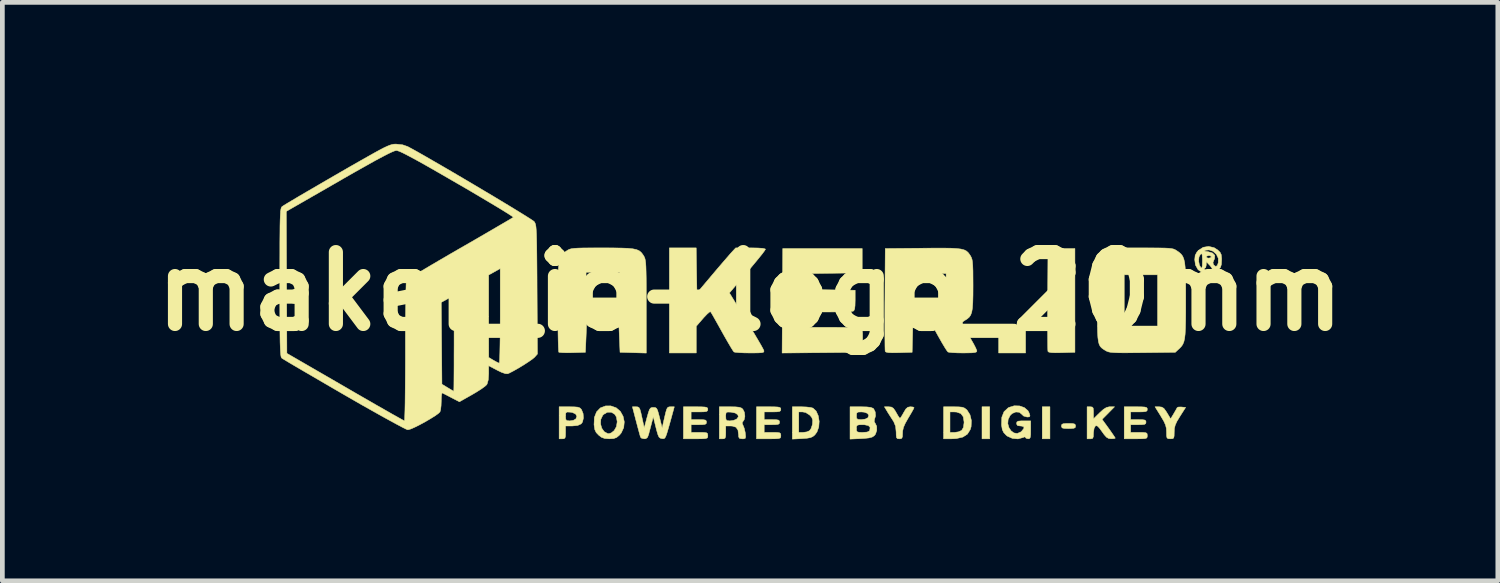
<source format=kicad_pcb>
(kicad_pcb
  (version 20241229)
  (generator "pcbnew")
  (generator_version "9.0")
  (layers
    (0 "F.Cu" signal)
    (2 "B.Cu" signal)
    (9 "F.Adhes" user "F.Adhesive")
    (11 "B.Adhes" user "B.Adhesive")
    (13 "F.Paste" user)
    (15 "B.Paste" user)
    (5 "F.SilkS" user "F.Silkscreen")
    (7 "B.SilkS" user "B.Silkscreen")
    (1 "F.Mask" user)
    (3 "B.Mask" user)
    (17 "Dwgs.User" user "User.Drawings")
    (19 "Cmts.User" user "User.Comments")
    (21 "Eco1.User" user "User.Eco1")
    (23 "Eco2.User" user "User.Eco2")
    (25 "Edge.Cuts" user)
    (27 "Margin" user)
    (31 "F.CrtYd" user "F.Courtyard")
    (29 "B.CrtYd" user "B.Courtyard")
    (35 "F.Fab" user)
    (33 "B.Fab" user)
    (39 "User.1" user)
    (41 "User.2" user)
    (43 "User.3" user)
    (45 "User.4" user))
  (footprint "maker_io-logo_20mm"
    (layer "F.Cu")
    (at 12.852 3.129)
    (property "Reference" "maker_io-logo_20mm" (at 0 0 0) (layer "F.SilkS") (effects (font (size 1.524 1.524) (thickness 0.3))))
    (attr through_hole)
    (fp_poly (pts (xy 5.08 3.124) (xy 4.917 3.124) (xy 4.917 2.445) (xy 5.08 2.445) (xy 5.08 3.124)) (stroke (width 0.01) (type solid)) (fill yes) (layer "F.SilkS"))
    (fp_poly (pts (xy 5.841 1.304) (xy 5.27 1.304) (xy 5.27 0.733) (xy 5.841 0.733) (xy 5.841 1.304)) (stroke (width 0.01) (type solid)) (fill yes) (layer "F.SilkS"))
    (fp_poly (pts (xy 6.357 3.124) (xy 6.194 3.124) (xy 6.194 2.445) (xy 6.357 2.445) (xy 6.357 3.124)) (stroke (width 0.01) (type solid)) (fill yes) (layer "F.SilkS"))
    (fp_poly (pts (xy 6.837 2.8) (xy 6.882 2.811) (xy 6.899 2.833) (xy 6.9 2.852) (xy 6.894 2.884) (xy 6.866 2.9) (xy 6.803 2.906) (xy 6.751 2.907) (xy 6.664 2.904) (xy 6.619 2.894) (xy 6.603 2.871) (xy 6.601 2.852) (xy 6.608 2.821) (xy 6.636 2.805) (xy 6.698 2.799) (xy 6.751 2.798) (xy 6.837 2.8)) (stroke (width 0.01) (type solid)) (fill yes) (layer "F.SilkS"))
    (fp_poly (pts (xy 6.887 1.29) (xy 6.608 1.298) (xy 6.471 1.3) (xy 6.382 1.296) (xy 6.332 1.285) (xy 6.315 1.271) (xy 6.312 1.237) (xy 6.31 1.154) (xy 6.309 1.03) (xy 6.308 0.869) (xy 6.307 0.678) (xy 6.307 0.463) (xy 6.309 0.23) (xy 6.309 0.163) (xy 6.316 -0.91) (xy 6.887 -0.91) (xy 6.887 1.29)) (stroke (width 0.01) (type solid)) (fill yes) (layer "F.SilkS"))
    (fp_poly (pts (xy 1.192 2.449) (xy 1.28 2.459) (xy 1.333 2.473) (xy 1.402 2.538) (xy 1.446 2.637) (xy 1.465 2.754) (xy 1.456 2.874) (xy 1.418 2.98) (xy 1.376 3.037) (xy 1.331 3.076) (xy 1.279 3.099) (xy 1.205 3.112) (xy 1.1 3.12) (xy 0.896 3.13) (xy 0.896 2.554) (xy 1.032 2.554) (xy 1.032 2.988) (xy 1.122 2.988) (xy 1.2 2.978) (xy 1.26 2.953) (xy 1.294 2.905) (xy 1.319 2.829) (xy 1.323 2.806) (xy 1.327 2.725) (xy 1.307 2.67) (xy 1.268 2.624) (xy 1.179 2.566) (xy 1.115 2.554) (xy 1.032 2.554) (xy 0.896 2.554) (xy 0.896 2.445) (xy 1.088 2.445) (xy 1.192 2.449)) (stroke (width 0.01) (type solid)) (fill yes) (layer "F.SilkS"))
    (fp_poly (pts (xy 4.426 2.447) (xy 4.498 2.454) (xy 4.546 2.472) (xy 4.587 2.503) (xy 4.6 2.515) (xy 4.662 2.613) (xy 4.692 2.736) (xy 4.686 2.867) (xy 4.668 2.928) (xy 4.608 3.024) (xy 4.511 3.087) (xy 4.372 3.119) (xy 4.272 3.124) (xy 4.102 3.124) (xy 4.102 2.554) (xy 4.238 2.554) (xy 4.238 2.988) (xy 4.338 2.988) (xy 4.419 2.976) (xy 4.483 2.947) (xy 4.487 2.943) (xy 4.523 2.884) (xy 4.536 2.788) (xy 4.537 2.768) (xy 4.52 2.658) (xy 4.469 2.589) (xy 4.38 2.557) (xy 4.327 2.554) (xy 4.238 2.554) (xy 4.102 2.554) (xy 4.102 2.445) (xy 4.316 2.445) (xy 4.426 2.447)) (stroke (width 0.01) (type solid)) (fill yes) (layer "F.SilkS"))
    (fp_poly (pts (xy 8.729 2.452) (xy 8.773 2.479) (xy 8.818 2.54) (xy 8.839 2.573) (xy 8.916 2.701) (xy 8.981 2.593) (xy 9.021 2.524) (xy 9.049 2.474) (xy 9.054 2.463) (xy 9.083 2.45) (xy 9.143 2.449) (xy 9.147 2.45) (xy 9.234 2.459) (xy 9.113 2.649) (xy 9.05 2.753) (xy 9.014 2.832) (xy 8.996 2.903) (xy 8.992 2.981) (xy 8.99 3.064) (xy 8.98 3.107) (xy 8.954 3.122) (xy 8.91 3.124) (xy 8.863 3.121) (xy 8.839 3.104) (xy 8.83 3.059) (xy 8.829 2.981) (xy 8.825 2.9) (xy 8.807 2.829) (xy 8.771 2.75) (xy 8.709 2.645) (xy 8.707 2.641) (xy 8.585 2.445) (xy 8.673 2.445) (xy 8.729 2.452)) (stroke (width 0.01) (type solid)) (fill yes) (layer "F.SilkS"))
    (fp_poly (pts (xy 2.377 -0.394) (xy 1.812 -0.387) (xy 1.247 -0.379) (xy 1.255 -0.21) (xy 1.263 -0.041) (xy 1.745 -0.033) (xy 2.228 -0.026) (xy 2.228 0.188) (xy 2.225 0.301) (xy 2.217 0.37) (xy 2.201 0.407) (xy 2.185 0.418) (xy 2.144 0.424) (xy 2.059 0.428) (xy 1.94 0.432) (xy 1.798 0.434) (xy 1.696 0.435) (xy 1.25 0.435) (xy 1.25 0.761) (xy 1.786 0.761) (xy 1.953 0.762) (xy 2.102 0.765) (xy 2.225 0.77) (xy 2.313 0.776) (xy 2.356 0.783) (xy 2.358 0.784) (xy 2.376 0.814) (xy 2.385 0.882) (xy 2.386 0.993) (xy 2.385 1.048) (xy 2.377 1.29) (xy 1.528 1.298) (xy 0.679 1.305) (xy 0.686 0.197) (xy 0.693 -0.91) (xy 2.377 -0.91) (xy 2.377 -0.394)) (stroke (width 0.01) (type solid)) (fill yes) (layer "F.SilkS"))
    (fp_poly (pts (xy -1.035 2.446) (xy -0.959 2.45) (xy -0.917 2.459) (xy -0.9 2.475) (xy -0.896 2.499) (xy -0.902 2.529) (xy -0.926 2.545) (xy -0.982 2.552) (xy -1.073 2.554) (xy -1.25 2.554) (xy -1.25 2.717) (xy -1.087 2.717) (xy -0.996 2.719) (xy -0.946 2.727) (xy -0.927 2.747) (xy -0.924 2.771) (xy -0.93 2.801) (xy -0.956 2.818) (xy -1.014 2.824) (xy -1.087 2.825) (xy -1.25 2.825) (xy -1.25 2.988) (xy -1.073 2.988) (xy -0.978 2.989) (xy -0.925 2.996) (xy -0.902 3.013) (xy -0.897 3.045) (xy -0.896 3.056) (xy -0.898 3.088) (xy -0.91 3.107) (xy -0.943 3.118) (xy -1.007 3.123) (xy -1.111 3.124) (xy -1.155 3.124) (xy -1.413 3.124) (xy -1.413 2.445) (xy -1.155 2.445) (xy -1.035 2.446)) (stroke (width 0.01) (type solid)) (fill yes) (layer "F.SilkS"))
    (fp_poly (pts (xy 0.514 2.446) (xy 0.59 2.45) (xy 0.631 2.459) (xy 0.649 2.475) (xy 0.652 2.499) (xy 0.646 2.529) (xy 0.622 2.545) (xy 0.566 2.552) (xy 0.475 2.554) (xy 0.299 2.554) (xy 0.299 2.717) (xy 0.462 2.717) (xy 0.553 2.719) (xy 0.602 2.727) (xy 0.622 2.747) (xy 0.625 2.771) (xy 0.619 2.801) (xy 0.593 2.818) (xy 0.534 2.824) (xy 0.462 2.825) (xy 0.299 2.825) (xy 0.299 2.988) (xy 0.475 2.988) (xy 0.57 2.989) (xy 0.623 2.996) (xy 0.646 3.013) (xy 0.652 3.045) (xy 0.652 3.056) (xy 0.65 3.088) (xy 0.638 3.107) (xy 0.605 3.118) (xy 0.542 3.123) (xy 0.438 3.124) (xy 0.394 3.124) (xy 0.136 3.124) (xy 0.136 2.445) (xy 0.394 2.445) (xy 0.514 2.446)) (stroke (width 0.01) (type solid)) (fill yes) (layer "F.SilkS"))
    (fp_poly (pts (xy 8.293 2.446) (xy 8.365 2.45) (xy 8.404 2.46) (xy 8.419 2.478) (xy 8.421 2.499) (xy 8.416 2.529) (xy 8.391 2.545) (xy 8.336 2.552) (xy 8.245 2.554) (xy 8.068 2.554) (xy 8.068 2.717) (xy 8.231 2.717) (xy 8.322 2.719) (xy 8.371 2.727) (xy 8.391 2.747) (xy 8.394 2.771) (xy 8.388 2.801) (xy 8.362 2.818) (xy 8.303 2.824) (xy 8.231 2.825) (xy 8.068 2.825) (xy 8.068 2.988) (xy 8.245 2.988) (xy 8.34 2.989) (xy 8.393 2.996) (xy 8.416 3.013) (xy 8.421 3.045) (xy 8.421 3.056) (xy 8.419 3.088) (xy 8.407 3.108) (xy 8.373 3.119) (xy 8.307 3.123) (xy 8.198 3.124) (xy 8.177 3.124) (xy 7.932 3.124) (xy 7.932 2.445) (xy 8.177 2.445) (xy 8.293 2.446)) (stroke (width 0.01) (type solid)) (fill yes) (layer "F.SilkS"))
    (fp_poly (pts (xy -3.721 2.447) (xy -3.652 2.453) (xy -3.609 2.469) (xy -3.581 2.496) (xy -3.574 2.505) (xy -3.54 2.588) (xy -3.533 2.683) (xy -3.553 2.768) (xy -3.581 2.807) (xy -3.655 2.841) (xy -3.771 2.852) (xy -3.912 2.852) (xy -3.912 2.988) (xy -3.914 3.069) (xy -3.925 3.109) (xy -3.953 3.123) (xy -3.98 3.124) (xy -4.048 3.124) (xy -4.048 2.647) (xy -3.912 2.647) (xy -3.908 2.711) (xy -3.885 2.738) (xy -3.828 2.744) (xy -3.82 2.744) (xy -3.746 2.732) (xy -3.694 2.702) (xy -3.693 2.701) (xy -3.672 2.646) (xy -3.699 2.598) (xy -3.767 2.566) (xy -3.813 2.559) (xy -3.878 2.556) (xy -3.906 2.574) (xy -3.912 2.627) (xy -3.912 2.647) (xy -4.048 2.647) (xy -4.048 2.445) (xy -3.832 2.445) (xy -3.721 2.447)) (stroke (width 0.01) (type solid)) (fill yes) (layer "F.SilkS"))
    (fp_poly (pts (xy 7.254 2.45) (xy 7.274 2.473) (xy 7.28 2.531) (xy 7.28 2.573) (xy 7.28 2.701) (xy 7.41 2.573) (xy 7.492 2.499) (xy 7.555 2.46) (xy 7.615 2.445) (xy 7.633 2.445) (xy 7.727 2.445) (xy 7.463 2.712) (xy 7.603 2.904) (xy 7.665 2.992) (xy 7.713 3.062) (xy 7.74 3.104) (xy 7.742 3.11) (xy 7.718 3.119) (xy 7.661 3.123) (xy 7.654 3.123) (xy 7.601 3.116) (xy 7.556 3.09) (xy 7.507 3.035) (xy 7.462 2.972) (xy 7.403 2.892) (xy 7.363 2.852) (xy 7.334 2.846) (xy 7.319 2.854) (xy 7.293 2.903) (xy 7.281 2.985) (xy 7.28 3.005) (xy 7.277 3.079) (xy 7.263 3.114) (xy 7.228 3.124) (xy 7.213 3.124) (xy 7.145 3.124) (xy 7.145 2.445) (xy 7.213 2.445) (xy 7.254 2.45)) (stroke (width 0.01) (type solid)) (fill yes) (layer "F.SilkS"))
    (fp_poly (pts (xy 2.997 2.451) (xy 3.039 2.478) (xy 3.081 2.538) (xy 3.097 2.567) (xy 3.137 2.636) (xy 3.168 2.681) (xy 3.178 2.689) (xy 3.198 2.668) (xy 3.232 2.612) (xy 3.257 2.567) (xy 3.302 2.492) (xy 3.344 2.455) (xy 3.395 2.445) (xy 3.399 2.445) (xy 3.455 2.45) (xy 3.477 2.462) (xy 3.464 2.491) (xy 3.429 2.555) (xy 3.378 2.642) (xy 3.355 2.68) (xy 3.29 2.795) (xy 3.252 2.882) (xy 3.235 2.958) (xy 3.233 3.003) (xy 3.23 3.078) (xy 3.216 3.113) (xy 3.182 3.124) (xy 3.165 3.124) (xy 3.125 3.12) (xy 3.105 3.099) (xy 3.098 3.046) (xy 3.097 2.981) (xy 3.085 2.858) (xy 3.045 2.76) (xy 3.034 2.743) (xy 2.977 2.654) (xy 2.917 2.56) (xy 2.91 2.547) (xy 2.848 2.445) (xy 2.939 2.445) (xy 2.997 2.451)) (stroke (width 0.01) (type solid)) (fill yes) (layer "F.SilkS"))
    (fp_poly (pts (xy -2.839 2.466) (xy -2.75 2.543) (xy -2.692 2.647) (xy -2.667 2.765) (xy -2.679 2.886) (xy -2.731 2.999) (xy -2.771 3.047) (xy -2.83 3.096) (xy -2.894 3.119) (xy -2.986 3.124) (xy -3.082 3.117) (xy -3.152 3.091) (xy -3.209 3.047) (xy -3.263 2.99) (xy -3.292 2.928) (xy -3.306 2.837) (xy -3.308 2.821) (xy -3.307 2.809) (xy -3.17 2.809) (xy -3.144 2.9) (xy -3.092 2.973) (xy -3.02 3.012) (xy -2.99 3.015) (xy -2.94 2.997) (xy -2.883 2.951) (xy -2.881 2.949) (xy -2.833 2.865) (xy -2.817 2.763) (xy -2.833 2.664) (xy -2.866 2.607) (xy -2.941 2.56) (xy -3.025 2.56) (xy -3.104 2.606) (xy -3.125 2.628) (xy -3.165 2.714) (xy -3.17 2.809) (xy -3.307 2.809) (xy -3.301 2.671) (xy -3.254 2.552) (xy -3.174 2.469) (xy -3.064 2.427) (xy -2.954 2.426) (xy -2.839 2.466)) (stroke (width 0.01) (type solid)) (fill yes) (layer "F.SilkS"))
    (fp_poly (pts (xy -0.307 2.447) (xy -0.23 2.455) (xy -0.182 2.472) (xy -0.154 2.495) (xy -0.12 2.562) (xy -0.11 2.646) (xy -0.126 2.721) (xy -0.146 2.749) (xy -0.169 2.786) (xy -0.152 2.833) (xy -0.149 2.838) (xy -0.124 2.9) (xy -0.104 2.986) (xy -0.101 3.009) (xy -0.094 3.081) (xy -0.103 3.114) (xy -0.137 3.124) (xy -0.166 3.124) (xy -0.221 3.117) (xy -0.242 3.085) (xy -0.244 3.041) (xy -0.257 2.938) (xy -0.299 2.878) (xy -0.375 2.854) (xy -0.408 2.852) (xy -0.516 2.852) (xy -0.516 2.988) (xy -0.518 3.069) (xy -0.53 3.109) (xy -0.557 3.123) (xy -0.584 3.124) (xy -0.652 3.124) (xy -0.652 2.647) (xy -0.516 2.647) (xy -0.512 2.712) (xy -0.489 2.738) (xy -0.433 2.744) (xy -0.426 2.744) (xy -0.346 2.732) (xy -0.284 2.705) (xy -0.248 2.657) (xy -0.261 2.613) (xy -0.315 2.577) (xy -0.403 2.559) (xy -0.475 2.556) (xy -0.507 2.569) (xy -0.516 2.61) (xy -0.516 2.647) (xy -0.652 2.647) (xy -0.652 2.445) (xy -0.425 2.445) (xy -0.307 2.447)) (stroke (width 0.01) (type solid)) (fill yes) (layer "F.SilkS"))
    (fp_poly (pts (xy -2.38 2.448) (xy -2.354 2.463) (xy -2.334 2.501) (xy -2.314 2.573) (xy -2.293 2.668) (xy -2.244 2.892) (xy -2.186 2.675) (xy -2.156 2.569) (xy -2.133 2.504) (xy -2.11 2.472) (xy -2.08 2.46) (xy -2.05 2.459) (xy -2.011 2.461) (xy -1.984 2.477) (xy -1.962 2.517) (xy -1.94 2.591) (xy -1.918 2.676) (xy -1.864 2.893) (xy -1.813 2.669) (xy -1.787 2.56) (xy -1.767 2.494) (xy -1.746 2.46) (xy -1.718 2.447) (xy -1.684 2.445) (xy -1.606 2.445) (xy -1.66 2.642) (xy -1.707 2.812) (xy -1.743 2.937) (xy -1.769 3.024) (xy -1.79 3.078) (xy -1.808 3.108) (xy -1.827 3.12) (xy -1.849 3.121) (xy -1.869 3.119) (xy -1.904 3.11) (xy -1.931 3.087) (xy -1.953 3.039) (xy -1.978 2.955) (xy -1.996 2.884) (xy -2.052 2.657) (xy -2.087 2.789) (xy -2.114 2.892) (xy -2.141 2.993) (xy -2.148 3.022) (xy -2.173 3.091) (xy -2.208 3.12) (xy -2.243 3.124) (xy -2.299 3.112) (xy -2.322 3.09) (xy -2.334 3.051) (xy -2.356 2.972) (xy -2.385 2.864) (xy -2.415 2.751) (xy -2.495 2.445) (xy -2.418 2.445) (xy -2.38 2.448)) (stroke (width 0.01) (type solid)) (fill yes) (layer "F.SilkS"))
    (fp_poly (pts (xy -1.135 -0.445) (xy -1.127 0.033) (xy -0.793 -0.363) (xy -0.683 -0.493) (xy -0.579 -0.614) (xy -0.489 -0.718) (xy -0.421 -0.797) (xy -0.381 -0.841) (xy -0.304 -0.924) (xy 0.011 -0.924) (xy 0.167 -0.921) (xy 0.271 -0.914) (xy 0.321 -0.901) (xy 0.326 -0.894) (xy 0.309 -0.866) (xy 0.262 -0.802) (xy 0.189 -0.711) (xy 0.096 -0.598) (xy -0.012 -0.469) (xy -0.056 -0.417) (xy -0.438 0.031) (xy -0.08 0.615) (xy 0.019 0.778) (xy 0.108 0.927) (xy 0.184 1.056) (xy 0.243 1.158) (xy 0.28 1.227) (xy 0.292 1.252) (xy 0.294 1.274) (xy 0.282 1.289) (xy 0.246 1.298) (xy 0.178 1.302) (xy 0.069 1.304) (xy -0.004 1.304) (xy -0.129 1.302) (xy -0.236 1.297) (xy -0.311 1.29) (xy -0.341 1.283) (xy -0.363 1.254) (xy -0.406 1.185) (xy -0.465 1.085) (xy -0.536 0.962) (xy -0.595 0.856) (xy -0.67 0.721) (xy -0.737 0.602) (xy -0.79 0.508) (xy -0.826 0.448) (xy -0.839 0.429) (xy -0.863 0.438) (xy -0.913 0.482) (xy -0.978 0.55) (xy -0.999 0.574) (xy -1.141 0.738) (xy -1.141 1.304) (xy -1.711 1.304) (xy -1.711 -0.924) (xy -1.142 -0.924) (xy -1.135 -0.445)) (stroke (width 0.01) (type solid)) (fill yes) (layer "F.SilkS"))
    (fp_poly (pts (xy 2.474 2.448) (xy 2.557 2.458) (xy 2.607 2.477) (xy 2.62 2.488) (xy 2.653 2.554) (xy 2.66 2.639) (xy 2.637 2.714) (xy 2.637 2.714) (xy 2.633 2.765) (xy 2.651 2.791) (xy 2.684 2.858) (xy 2.686 2.944) (xy 2.659 3.025) (xy 2.632 3.059) (xy 2.588 3.087) (xy 2.521 3.105) (xy 2.42 3.116) (xy 2.347 3.12) (xy 2.119 3.13) (xy 2.119 2.907) (xy 2.255 2.907) (xy 2.258 2.955) (xy 2.277 2.979) (xy 2.325 2.987) (xy 2.388 2.988) (xy 2.481 2.981) (xy 2.529 2.959) (xy 2.536 2.947) (xy 2.545 2.883) (xy 2.508 2.843) (xy 2.425 2.826) (xy 2.388 2.825) (xy 2.308 2.827) (xy 2.269 2.839) (xy 2.256 2.868) (xy 2.255 2.907) (xy 2.119 2.907) (xy 2.119 2.635) (xy 2.255 2.635) (xy 2.259 2.688) (xy 2.283 2.711) (xy 2.343 2.717) (xy 2.36 2.717) (xy 2.441 2.706) (xy 2.496 2.679) (xy 2.499 2.676) (xy 2.517 2.626) (xy 2.488 2.584) (xy 2.42 2.559) (xy 2.36 2.554) (xy 2.292 2.557) (xy 2.262 2.576) (xy 2.255 2.622) (xy 2.255 2.635) (xy 2.119 2.635) (xy 2.119 2.445) (xy 2.348 2.445) (xy 2.474 2.448)) (stroke (width 0.01) (type solid)) (fill yes) (layer "F.SilkS"))
    (fp_poly (pts (xy 5.713 2.427) (xy 5.816 2.463) (xy 5.892 2.529) (xy 5.917 2.578) (xy 5.934 2.635) (xy 5.922 2.658) (xy 5.875 2.662) (xy 5.873 2.662) (xy 5.799 2.641) (xy 5.765 2.608) (xy 5.709 2.561) (xy 5.634 2.555) (xy 5.557 2.587) (xy 5.514 2.628) (xy 5.471 2.713) (xy 5.464 2.802) (xy 5.487 2.885) (xy 5.532 2.954) (xy 5.593 2.999) (xy 5.664 3.011) (xy 5.737 2.98) (xy 5.759 2.961) (xy 5.805 2.903) (xy 5.803 2.867) (xy 5.751 2.853) (xy 5.732 2.852) (xy 5.672 2.844) (xy 5.651 2.812) (xy 5.65 2.798) (xy 5.657 2.767) (xy 5.685 2.75) (xy 5.747 2.744) (xy 5.8 2.744) (xy 5.949 2.744) (xy 5.949 2.934) (xy 5.948 3.034) (xy 5.941 3.091) (xy 5.926 3.117) (xy 5.899 3.124) (xy 5.895 3.124) (xy 5.851 3.112) (xy 5.841 3.096) (xy 5.824 3.082) (xy 5.788 3.096) (xy 5.68 3.126) (xy 5.561 3.115) (xy 5.454 3.067) (xy 5.429 3.047) (xy 5.376 2.99) (xy 5.347 2.928) (xy 5.332 2.837) (xy 5.331 2.821) (xy 5.337 2.667) (xy 5.384 2.549) (xy 5.471 2.468) (xy 5.487 2.459) (xy 5.599 2.424) (xy 5.713 2.427)) (stroke (width 0.01) (type solid)) (fill yes) (layer "F.SilkS"))
    (fp_poly (pts (xy -2.906 -0.923) (xy -2.727 -0.92) (xy -2.589 -0.915) (xy -2.485 -0.904) (xy -2.409 -0.888) (xy -2.353 -0.864) (xy -2.312 -0.832) (xy -2.278 -0.79) (xy -2.254 -0.753) (xy -2.24 -0.727) (xy -2.229 -0.697) (xy -2.22 -0.658) (xy -2.213 -0.602) (xy -2.208 -0.525) (xy -2.205 -0.421) (xy -2.202 -0.284) (xy -2.201 -0.109) (xy -2.201 0.11) (xy -2.201 0.32) (xy -2.2 1.306) (xy -2.757 1.29) (xy -2.771 0.964) (xy -2.784 0.638) (xy -3.464 0.638) (xy -3.477 0.964) (xy -3.491 1.29) (xy -3.764 1.298) (xy -3.881 1.3) (xy -3.977 1.297) (xy -4.039 1.292) (xy -4.056 1.287) (xy -4.06 1.256) (xy -4.064 1.177) (xy -4.068 1.057) (xy -4.071 0.901) (xy -4.073 0.717) (xy -4.074 0.51) (xy -4.075 0.328) (xy -4.075 0.06) (xy -4.073 -0.16) (xy -4.07 -0.337) (xy -4.067 -0.407) (xy -3.477 -0.407) (xy -3.477 0.136) (xy -2.771 0.136) (xy -2.771 -0.407) (xy -3.477 -0.407) (xy -4.067 -0.407) (xy -4.064 -0.477) (xy -4.054 -0.584) (xy -4.04 -0.665) (xy -4.02 -0.726) (xy -3.994 -0.772) (xy -3.961 -0.808) (xy -3.92 -0.84) (xy -3.887 -0.862) (xy -3.857 -0.881) (xy -3.825 -0.896) (xy -3.784 -0.907) (xy -3.728 -0.914) (xy -3.648 -0.919) (xy -3.538 -0.922) (xy -3.39 -0.923) (xy -3.198 -0.924) (xy -3.132 -0.924) (xy -2.906 -0.923)) (stroke (width 0.01) (type solid)) (fill yes) (layer "F.SilkS"))
    (fp_poly (pts (xy 8.308 -0.924) (xy 8.512 -0.923) (xy 8.67 -0.922) (xy 8.788 -0.92) (xy 8.874 -0.916) (xy 8.935 -0.909) (xy 8.979 -0.899) (xy 9.012 -0.885) (xy 9.043 -0.866) (xy 9.049 -0.862) (xy 9.1 -0.826) (xy 9.14 -0.79) (xy 9.172 -0.746) (xy 9.195 -0.69) (xy 9.213 -0.614) (xy 9.224 -0.512) (xy 9.231 -0.379) (xy 9.235 -0.209) (xy 9.236 0.006) (xy 9.236 0.184) (xy 9.236 0.431) (xy 9.234 0.629) (xy 9.23 0.785) (xy 9.223 0.907) (xy 9.212 0.999) (xy 9.196 1.068) (xy 9.174 1.121) (xy 9.145 1.164) (xy 9.109 1.203) (xy 9.088 1.222) (xy 9.015 1.29) (xy 8.317 1.298) (xy 8.103 1.3) (xy 7.936 1.301) (xy 7.81 1.3) (xy 7.717 1.296) (xy 7.65 1.291) (xy 7.603 1.282) (xy 7.568 1.27) (xy 7.538 1.255) (xy 7.535 1.253) (xy 7.489 1.224) (xy 7.452 1.196) (xy 7.423 1.164) (xy 7.401 1.121) (xy 7.385 1.061) (xy 7.374 0.979) (xy 7.367 0.868) (xy 7.364 0.724) (xy 7.362 0.539) (xy 7.362 0.308) (xy 7.362 0.204) (xy 7.361 -0.073) (xy 7.362 -0.301) (xy 7.364 -0.353) (xy 7.932 -0.353) (xy 7.932 0.733) (xy 8.639 0.733) (xy 8.639 -0.353) (xy 7.932 -0.353) (xy 7.364 -0.353) (xy 7.369 -0.484) (xy 7.385 -0.627) (xy 7.414 -0.736) (xy 7.461 -0.814) (xy 7.53 -0.867) (xy 7.625 -0.9) (xy 7.75 -0.917) (xy 7.908 -0.924) (xy 8.104 -0.924) (xy 8.308 -0.924)) (stroke (width 0.01) (type solid)) (fill yes) (layer "F.SilkS"))
    (fp_poly (pts (xy 4.261 -0.917) (xy 4.381 -0.91) (xy 4.471 -0.899) (xy 4.537 -0.882) (xy 4.585 -0.858) (xy 4.621 -0.827) (xy 4.652 -0.787) (xy 4.674 -0.753) (xy 4.692 -0.718) (xy 4.706 -0.677) (xy 4.715 -0.623) (xy 4.721 -0.545) (xy 4.725 -0.437) (xy 4.726 -0.29) (xy 4.727 -0.126) (xy 4.726 0.078) (xy 4.722 0.235) (xy 4.714 0.353) (xy 4.699 0.439) (xy 4.676 0.502) (xy 4.644 0.547) (xy 4.6 0.584) (xy 4.56 0.609) (xy 4.528 0.629) (xy 4.507 0.648) (xy 4.502 0.674) (xy 4.515 0.715) (xy 4.547 0.779) (xy 4.602 0.874) (xy 4.681 1.009) (xy 4.683 1.013) (xy 4.739 1.111) (xy 4.782 1.195) (xy 4.806 1.251) (xy 4.808 1.264) (xy 4.799 1.282) (xy 4.766 1.294) (xy 4.7 1.301) (xy 4.594 1.303) (xy 4.516 1.304) (xy 4.394 1.302) (xy 4.291 1.297) (xy 4.22 1.29) (xy 4.195 1.283) (xy 4.171 1.253) (xy 4.127 1.185) (xy 4.069 1.088) (xy 4.004 0.973) (xy 3.995 0.958) (xy 3.826 0.652) (xy 3.452 0.652) (xy 3.444 0.971) (xy 3.436 1.29) (xy 3.158 1.298) (xy 3.021 1.3) (xy 2.932 1.296) (xy 2.882 1.285) (xy 2.865 1.271) (xy 2.862 1.237) (xy 2.86 1.154) (xy 2.859 1.03) (xy 2.857 0.869) (xy 2.857 0.678) (xy 2.857 0.463) (xy 2.858 0.23) (xy 2.859 0.163) (xy 2.862 -0.38) (xy 3.423 -0.38) (xy 3.423 0.136) (xy 4.156 0.136) (xy 4.156 -0.38) (xy 3.423 -0.38) (xy 2.862 -0.38) (xy 2.866 -0.91) (xy 3.661 -0.917) (xy 3.907 -0.919) (xy 4.106 -0.919) (xy 4.261 -0.917)) (stroke (width 0.01) (type solid)) (fill yes) (layer "F.SilkS"))
    (fp_poly (pts (xy 9.838 -0.928) (xy 9.913 -0.88) (xy 9.964 -0.831) (xy 9.989 -0.78) (xy 9.997 -0.704) (xy 9.997 -0.667) (xy 9.992 -0.572) (xy 9.971 -0.508) (xy 9.926 -0.453) (xy 9.925 -0.452) (xy 9.871 -0.405) (xy 9.829 -0.381) (xy 9.824 -0.38) (xy 9.773 -0.374) (xy 9.739 -0.367) (xy 9.677 -0.368) (xy 9.602 -0.39) (xy 9.6 -0.391) (xy 9.499 -0.461) (xy 9.488 -0.479) (xy 9.623 -0.479) (xy 9.644 -0.462) (xy 9.719 -0.437) (xy 9.788 -0.452) (xy 9.793 -0.455) (xy 9.795 -0.487) (xy 9.758 -0.54) (xy 9.746 -0.554) (xy 9.671 -0.632) (xy 9.671 -0.56) (xy 9.66 -0.508) (xy 9.637 -0.489) (xy 9.623 -0.479) (xy 9.488 -0.479) (xy 9.442 -0.561) (xy 9.43 -0.65) (xy 9.509 -0.65) (xy 9.525 -0.565) (xy 9.536 -0.542) (xy 9.562 -0.5) (xy 9.578 -0.499) (xy 9.587 -0.541) (xy 9.589 -0.632) (xy 9.59 -0.655) (xy 9.588 -0.733) (xy 9.671 -0.733) (xy 9.694 -0.711) (xy 9.725 -0.706) (xy 9.769 -0.718) (xy 9.78 -0.733) (xy 9.757 -0.756) (xy 9.725 -0.761) (xy 9.681 -0.749) (xy 9.671 -0.733) (xy 9.588 -0.733) (xy 9.588 -0.745) (xy 9.581 -0.79) (xy 9.567 -0.799) (xy 9.549 -0.788) (xy 9.518 -0.732) (xy 9.509 -0.65) (xy 9.43 -0.65) (xy 9.427 -0.674) (xy 9.436 -0.766) (xy 9.473 -0.835) (xy 9.498 -0.863) (xy 9.634 -0.863) (xy 9.642 -0.853) (xy 9.699 -0.844) (xy 9.709 -0.843) (xy 9.804 -0.815) (xy 9.851 -0.766) (xy 9.848 -0.697) (xy 9.835 -0.668) (xy 9.813 -0.61) (xy 9.825 -0.568) (xy 9.833 -0.558) (xy 9.874 -0.529) (xy 9.906 -0.552) (xy 9.926 -0.609) (xy 9.926 -0.704) (xy 9.886 -0.789) (xy 9.816 -0.852) (xy 9.73 -0.881) (xy 9.668 -0.875) (xy 9.634 -0.863) (xy 9.498 -0.863) (xy 9.506 -0.871) (xy 9.606 -0.936) (xy 9.721 -0.955) (xy 9.838 -0.928)) (stroke (width 0.01) (type solid)) (fill yes) (layer "F.SilkS"))
    (fp_poly (pts (xy -7.366 -3.109) (xy -7.259 -3.072) (xy -7.164 -3.021) (xy -7.036 -2.95) (xy -6.88 -2.861) (xy -6.7 -2.757) (xy -6.501 -2.642) (xy -6.29 -2.519) (xy -6.071 -2.39) (xy -5.849 -2.259) (xy -5.629 -2.128) (xy -5.417 -2.002) (xy -5.218 -1.882) (xy -5.036 -1.772) (xy -4.878 -1.675) (xy -4.747 -1.594) (xy -4.651 -1.533) (xy -4.592 -1.493) (xy -4.577 -1.481) (xy -4.565 -1.463) (xy -4.555 -1.441) (xy -4.546 -1.41) (xy -4.539 -1.367) (xy -4.534 -1.306) (xy -4.529 -1.222) (xy -4.526 -1.111) (xy -4.523 -0.968) (xy -4.521 -0.789) (xy -4.519 -0.568) (xy -4.517 -0.302) (xy -4.516 -0.041) (xy -4.508 1.326) (xy -4.57 1.396) (xy -4.617 1.435) (xy -4.699 1.492) (xy -4.802 1.559) (xy -4.913 1.626) (xy -5.019 1.686) (xy -5.106 1.731) (xy -5.14 1.745) (xy -5.19 1.742) (xy -5.274 1.712) (xy -5.364 1.668) (xy -5.542 1.574) (xy -5.542 1.745) (xy -5.55 1.873) (xy -5.575 1.961) (xy -5.583 1.976) (xy -5.623 2.013) (xy -5.699 2.068) (xy -5.8 2.132) (xy -5.893 2.187) (xy -6.162 2.339) (xy -6.334 2.25) (xy -6.422 2.204) (xy -6.49 2.169) (xy -6.526 2.151) (xy -6.527 2.151) (xy -6.537 2.171) (xy -6.544 2.232) (xy -6.547 2.321) (xy -6.547 2.322) (xy -6.551 2.423) (xy -6.561 2.507) (xy -6.574 2.553) (xy -6.61 2.588) (xy -6.683 2.64) (xy -6.783 2.702) (xy -6.896 2.768) (xy -7.011 2.83) (xy -7.118 2.883) (xy -7.203 2.919) (xy -7.255 2.933) (xy -7.256 2.933) (xy -7.291 2.92) (xy -7.369 2.881) (xy -7.484 2.82) (xy -7.633 2.739) (xy -7.811 2.641) (xy -8.012 2.528) (xy -8.234 2.403) (xy -8.47 2.267) (xy -8.604 2.19) (xy -8.847 2.049) (xy -9.075 1.916) (xy -9.286 1.793) (xy -9.475 1.683) (xy -9.637 1.588) (xy -9.768 1.511) (xy -9.862 1.454) (xy -9.917 1.421) (xy -9.928 1.413) (xy -9.937 1.401) (xy -9.945 1.376) (xy -9.951 1.335) (xy -9.956 1.274) (xy -9.96 1.189) (xy -9.964 1.076) (xy -9.966 0.93) (xy -9.968 0.748) (xy -9.969 0.525) (xy -9.97 0.257) (xy -9.97 -0.059) (xy -9.97 -0.189) (xy -9.97 -0.522) (xy -9.969 -0.804) (xy -9.969 -1.04) (xy -9.967 -1.235) (xy -9.966 -1.392) (xy -9.963 -1.516) (xy -9.959 -1.611) (xy -9.955 -1.681) (xy -9.953 -1.698) (xy -9.832 -1.698) (xy -9.826 -0.193) (xy -9.82 1.312) (xy -8.584 2.027) (xy -8.348 2.164) (xy -8.125 2.292) (xy -7.921 2.41) (xy -7.74 2.513) (xy -7.586 2.601) (xy -7.464 2.669) (xy -7.378 2.717) (xy -7.334 2.741) (xy -7.328 2.743) (xy -7.324 2.717) (xy -7.321 2.641) (xy -7.317 2.521) (xy -7.314 2.362) (xy -7.312 2.167) (xy -7.31 1.944) (xy -7.308 1.695) (xy -7.307 1.427) (xy -7.307 1.27) (xy -7.307 0.991) (xy -7.306 0.729) (xy -7.304 0.487) (xy -7.301 0.272) (xy -7.301 0.231) (xy -6.547 0.231) (xy -6.533 1.966) (xy -6.411 2.04) (xy -6.341 2.082) (xy -6.294 2.11) (xy -6.282 2.117) (xy -6.281 2.091) (xy -6.279 2.017) (xy -6.278 1.9) (xy -6.277 1.747) (xy -6.276 1.564) (xy -6.276 1.355) (xy -6.275 1.128) (xy -6.275 1.1) (xy -6.275 0.082) (xy -6.411 0.156) (xy -6.547 0.231) (xy -7.301 0.231) (xy -7.299 0.088) (xy -7.295 -0.06) (xy -7.292 -0.166) (xy -7.288 -0.225) (xy -7.286 -0.237) (xy -7.259 -0.256) (xy -7.189 -0.3) (xy -7.11 -0.349) (xy -5.542 -0.349) (xy -5.542 0.525) (xy -5.541 1.399) (xy -5.44 1.459) (xy -5.373 1.496) (xy -5.326 1.518) (xy -5.318 1.52) (xy -5.313 1.494) (xy -5.309 1.42) (xy -5.305 1.303) (xy -5.302 1.15) (xy -5.299 0.967) (xy -5.298 0.759) (xy -5.297 0.533) (xy -5.297 0.518) (xy -5.297 -0.485) (xy -5.542 -0.349) (xy -7.11 -0.349) (xy -7.082 -0.366) (xy -6.942 -0.45) (xy -6.773 -0.55) (xy -6.581 -0.663) (xy -6.37 -0.786) (xy -6.152 -0.912) (xy -5.927 -1.041) (xy -5.717 -1.163) (xy -5.526 -1.274) (xy -5.358 -1.372) (xy -5.219 -1.453) (xy -5.113 -1.515) (xy -5.045 -1.556) (xy -5.019 -1.572) (xy -5.038 -1.589) (xy -5.1 -1.63) (xy -5.2 -1.693) (xy -5.335 -1.776) (xy -5.499 -1.874) (xy -5.689 -1.987) (xy -5.9 -2.112) (xy -6.128 -2.245) (xy -6.205 -2.289) (xy -6.495 -2.457) (xy -6.742 -2.599) (xy -6.948 -2.716) (xy -7.117 -2.809) (xy -7.252 -2.881) (xy -7.355 -2.934) (xy -7.429 -2.968) (xy -7.478 -2.985) (xy -7.498 -2.988) (xy -7.533 -2.981) (xy -7.593 -2.957) (xy -7.68 -2.916) (xy -7.797 -2.855) (xy -7.949 -2.774) (xy -8.136 -2.669) (xy -8.364 -2.541) (xy -8.634 -2.387) (xy -8.709 -2.343) (xy -9.832 -1.698) (xy -9.953 -1.698) (xy -9.949 -1.731) (xy -9.942 -1.764) (xy -9.934 -1.785) (xy -9.924 -1.798) (xy -9.922 -1.799) (xy -9.89 -1.821) (xy -9.815 -1.867) (xy -9.702 -1.934) (xy -9.558 -2.02) (xy -9.385 -2.121) (xy -9.189 -2.235) (xy -8.976 -2.359) (xy -8.762 -2.483) (xy -8.504 -2.632) (xy -8.288 -2.755) (xy -8.11 -2.856) (xy -7.966 -2.937) (xy -7.851 -3) (xy -7.761 -3.047) (xy -7.69 -3.08) (xy -7.635 -3.102) (xy -7.592 -3.115) (xy -7.555 -3.122) (xy -7.52 -3.124) (xy -7.505 -3.124) (xy -7.366 -3.109)) (stroke (width 0.01) (type solid)) (fill yes) (layer "F.SilkS")))
  (gr_rect
    (start -3 -3)
    (end 28.705 9.264)
    (stroke (width 0.1) (type default))
    (fill no)
    (layer "Edge.Cuts")))
</source>
